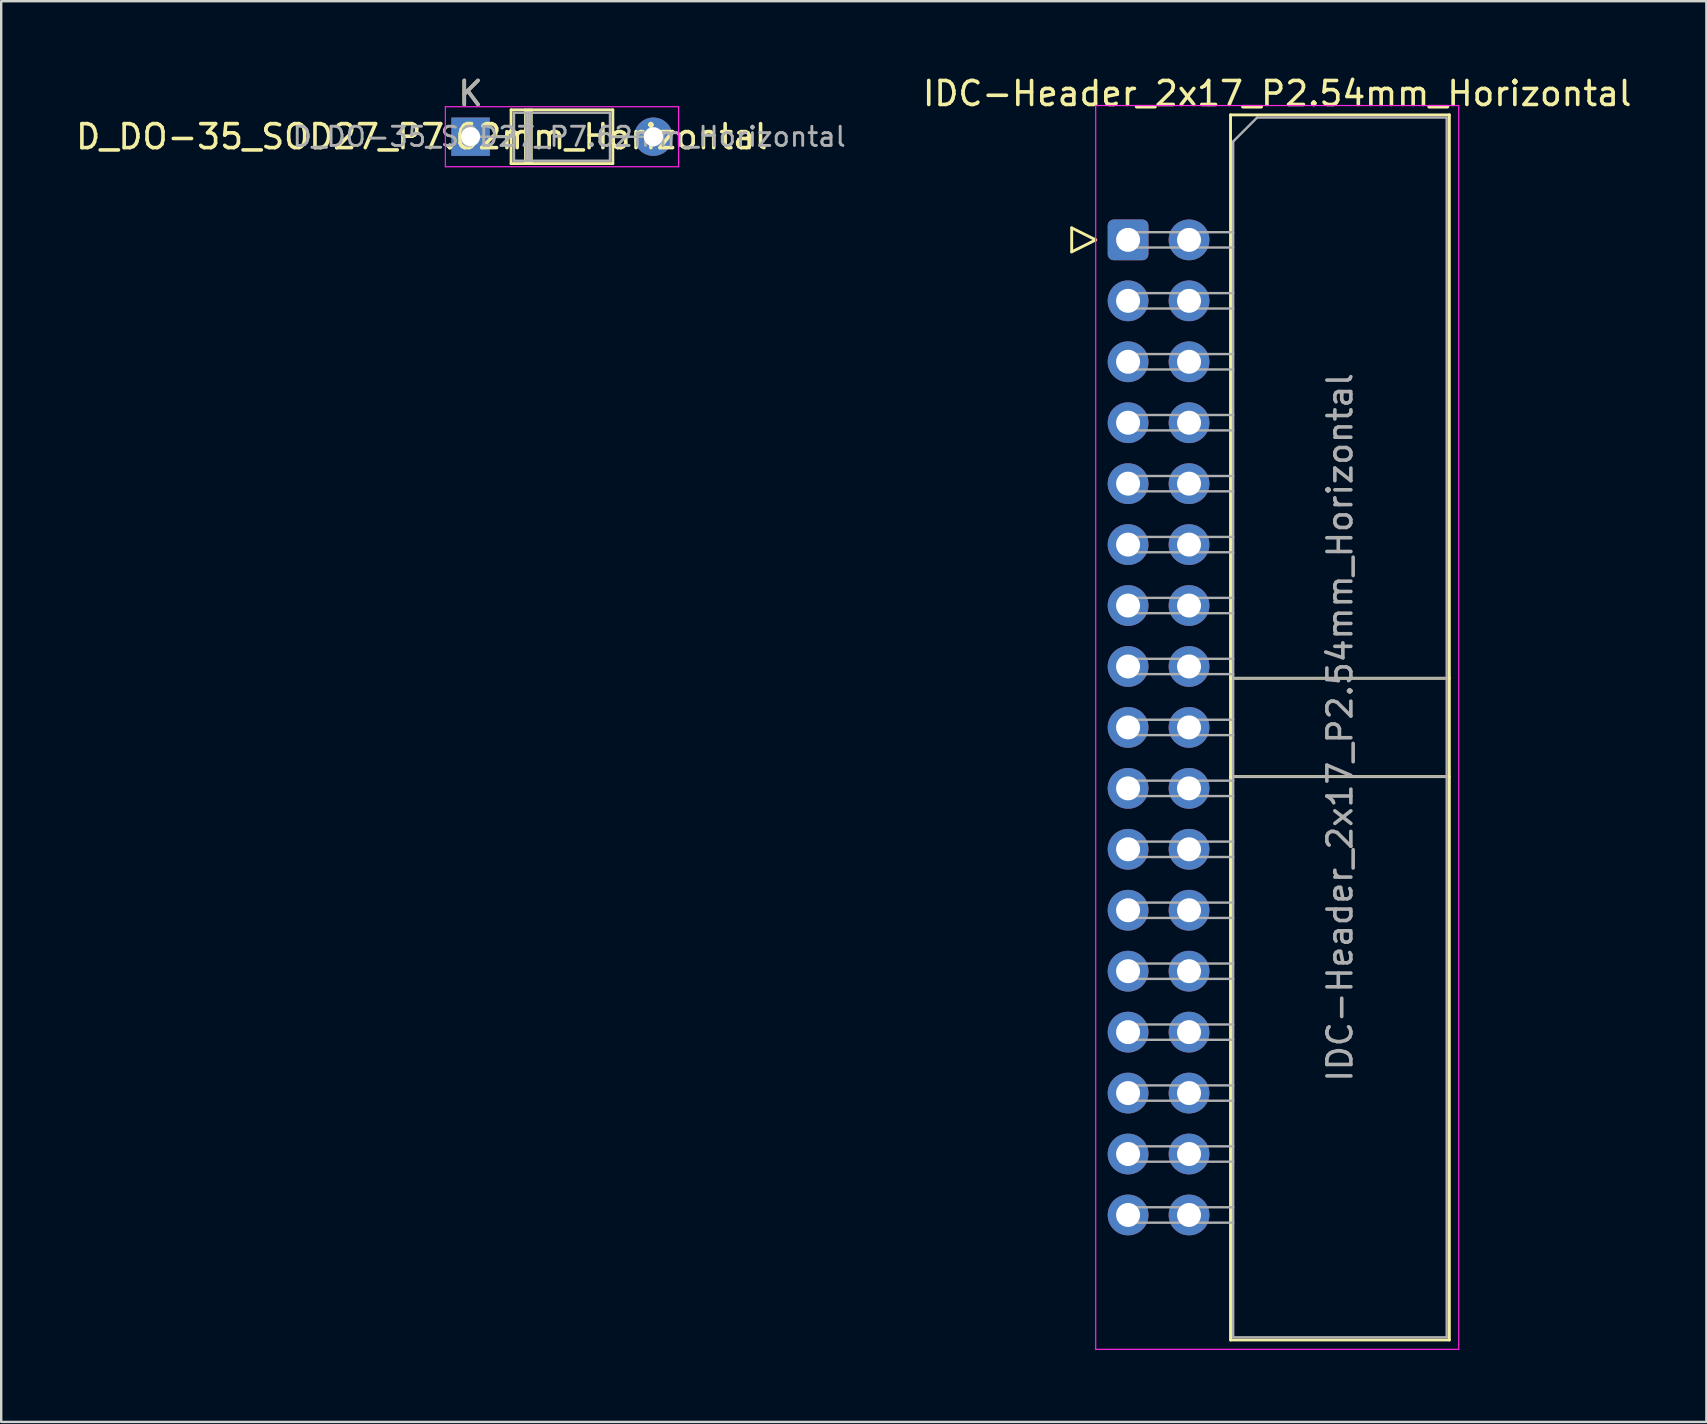
<source format=kicad_pcb>
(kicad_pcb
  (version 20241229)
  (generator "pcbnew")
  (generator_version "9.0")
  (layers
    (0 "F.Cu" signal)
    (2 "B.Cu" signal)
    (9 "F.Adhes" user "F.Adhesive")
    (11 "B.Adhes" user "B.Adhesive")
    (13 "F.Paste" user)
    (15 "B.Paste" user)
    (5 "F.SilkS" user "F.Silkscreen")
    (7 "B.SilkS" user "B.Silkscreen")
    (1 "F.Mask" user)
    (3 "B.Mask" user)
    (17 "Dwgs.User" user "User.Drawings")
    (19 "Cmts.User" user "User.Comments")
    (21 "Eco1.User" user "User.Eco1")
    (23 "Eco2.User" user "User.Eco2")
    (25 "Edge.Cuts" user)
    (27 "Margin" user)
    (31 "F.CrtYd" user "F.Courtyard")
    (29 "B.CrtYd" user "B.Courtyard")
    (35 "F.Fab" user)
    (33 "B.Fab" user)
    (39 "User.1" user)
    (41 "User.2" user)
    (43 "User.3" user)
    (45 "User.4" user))
  (footprint "D_DO-35_SOD27_P7.62mm_Horizontal"
    (layer "F.Cu")
    (at 16.562 2.648)
    (property "Reference" "D_DO-35_SOD27_P7.62mm_Horizontal" (at -2.032 0 0) (layer "F.SilkS") (effects (font (size 1 1) (thickness 0.15))))
    (attr through_hole)
    (fp_line (start 1.04 0) (end 1.69 0) (stroke (width 0.12) (type solid)) (layer "F.SilkS"))
    (fp_line (start 1.69 -1.12) (end 1.69 1.12) (stroke (width 0.12) (type solid)) (layer "F.SilkS"))
    (fp_line (start 1.69 1.12) (end 5.93 1.12) (stroke (width 0.12) (type solid)) (layer "F.SilkS"))
    (fp_line (start 2.29 -1.12) (end 2.29 1.12) (stroke (width 0.12) (type solid)) (layer "F.SilkS"))
    (fp_line (start 2.41 -1.12) (end 2.41 1.12) (stroke (width 0.12) (type solid)) (layer "F.SilkS"))
    (fp_line (start 2.53 -1.12) (end 2.53 1.12) (stroke (width 0.12) (type solid)) (layer "F.SilkS"))
    (fp_line (start 5.93 -1.12) (end 1.69 -1.12) (stroke (width 0.12) (type solid)) (layer "F.SilkS"))
    (fp_line (start 5.93 1.12) (end 5.93 -1.12) (stroke (width 0.12) (type solid)) (layer "F.SilkS"))
    (fp_line (start 6.58 0) (end 5.93 0) (stroke (width 0.12) (type solid)) (layer "F.SilkS"))
    (fp_line (start -1.05 -1.25) (end -1.05 1.25) (stroke (width 0.05) (type solid)) (layer "F.CrtYd"))
    (fp_line (start -1.05 1.25) (end 8.67 1.25) (stroke (width 0.05) (type solid)) (layer "F.CrtYd"))
    (fp_line (start 8.67 -1.25) (end -1.05 -1.25) (stroke (width 0.05) (type solid)) (layer "F.CrtYd"))
    (fp_line (start 8.67 1.25) (end 8.67 -1.25) (stroke (width 0.05) (type solid)) (layer "F.CrtYd"))
    (fp_line (start 0 0) (end 1.81 0) (stroke (width 0.1) (type solid)) (layer "F.Fab"))
    (fp_line (start 1.81 -1) (end 1.81 1) (stroke (width 0.1) (type solid)) (layer "F.Fab"))
    (fp_line (start 1.81 1) (end 5.81 1) (stroke (width 0.1) (type solid)) (layer "F.Fab"))
    (fp_line (start 2.31 -1) (end 2.31 1) (stroke (width 0.1) (type solid)) (layer "F.Fab"))
    (fp_line (start 2.41 -1) (end 2.41 1) (stroke (width 0.1) (type solid)) (layer "F.Fab"))
    (fp_line (start 2.51 -1) (end 2.51 1) (stroke (width 0.1) (type solid)) (layer "F.Fab"))
    (fp_line (start 5.81 -1) (end 1.81 -1) (stroke (width 0.1) (type solid)) (layer "F.Fab"))
    (fp_line (start 5.81 1) (end 5.81 -1) (stroke (width 0.1) (type solid)) (layer "F.Fab"))
    (fp_line (start 7.62 0) (end 5.81 0) (stroke (width 0.1) (type solid)) (layer "F.Fab"))
    (fp_text user "K" (at 0 -1.8 0) (layer "F.SilkS") (effects (font (size 1 1) (thickness 0.15))))
    (fp_text user "K" (at 0 -1.8 0) (layer "F.Fab") (effects (font (size 1 1) (thickness 0.15))))
    (fp_text user "${REFERENCE}" (at 4.11 0 0) (layer "F.Fab") (effects (font (size 0.8 0.8) (thickness 0.12))))
    (pad "1" thru_hole rect (at 0 0) (size 1.6 1.6) (drill 0.8) (layers "*.Cu" "*.Mask"))
    (pad "2" thru_hole oval (at 7.62 0) (size 1.6 1.6) (drill 0.8) (layers "*.Cu" "*.Mask")))
  (footprint "IDC-Header_2x17_P2.54mm_Horizontal"
    (layer "F.Cu")
    (at 43.967 6.948)
    (property "Reference" "IDC-Header_2x17_P2.54mm_Horizontal" (at 6.215 -6.1 180) (layer "F.SilkS") (effects (font (size 1 1) (thickness 0.15))))
    (attr through_hole)
    (fp_line (start -2.35 -0.5) (end -2.35 0.5) (stroke (width 0.12) (type solid)) (layer "F.SilkS"))
    (fp_line (start -2.35 0.5) (end -1.35 0) (stroke (width 0.12) (type solid)) (layer "F.SilkS"))
    (fp_line (start -1.35 0) (end -2.35 -0.5) (stroke (width 0.12) (type solid)) (layer "F.SilkS"))
    (fp_line (start 4.27 -5.21) (end 13.39 -5.21) (stroke (width 0.12) (type solid)) (layer "F.SilkS"))
    (fp_line (start 4.27 18.27) (end 13.39 18.27) (stroke (width 0.12) (type solid)) (layer "F.SilkS"))
    (fp_line (start 4.27 22.37) (end 13.39 22.37) (stroke (width 0.12) (type solid)) (layer "F.SilkS"))
    (fp_line (start 4.27 45.85) (end 4.27 -5.21) (stroke (width 0.12) (type solid)) (layer "F.SilkS"))
    (fp_line (start 13.39 -5.21) (end 13.39 45.85) (stroke (width 0.12) (type solid)) (layer "F.SilkS"))
    (fp_line (start 13.39 45.85) (end 4.27 45.85) (stroke (width 0.12) (type solid)) (layer "F.SilkS"))
    (fp_line (start -1.35 -5.6) (end -1.35 46.24) (stroke (width 0.05) (type solid)) (layer "F.CrtYd"))
    (fp_line (start -1.35 46.24) (end 13.78 46.24) (stroke (width 0.05) (type solid)) (layer "F.CrtYd"))
    (fp_line (start 13.78 -5.6) (end -1.35 -5.6) (stroke (width 0.05) (type solid)) (layer "F.CrtYd"))
    (fp_line (start 13.78 46.24) (end 13.78 -5.6) (stroke (width 0.05) (type solid)) (layer "F.CrtYd"))
    (fp_line (start -0.32 -0.32) (end -0.32 0.32) (stroke (width 0.1) (type solid)) (layer "F.Fab"))
    (fp_line (start -0.32 0.32) (end 4.38 0.32) (stroke (width 0.1) (type solid)) (layer "F.Fab"))
    (fp_line (start -0.32 2.22) (end -0.32 2.86) (stroke (width 0.1) (type solid)) (layer "F.Fab"))
    (fp_line (start -0.32 2.86) (end 4.38 2.86) (stroke (width 0.1) (type solid)) (layer "F.Fab"))
    (fp_line (start -0.32 4.76) (end -0.32 5.4) (stroke (width 0.1) (type solid)) (layer "F.Fab"))
    (fp_line (start -0.32 5.4) (end 4.38 5.4) (stroke (width 0.1) (type solid)) (layer "F.Fab"))
    (fp_line (start -0.32 7.3) (end -0.32 7.94) (stroke (width 0.1) (type solid)) (layer "F.Fab"))
    (fp_line (start -0.32 7.94) (end 4.38 7.94) (stroke (width 0.1) (type solid)) (layer "F.Fab"))
    (fp_line (start -0.32 9.84) (end -0.32 10.48) (stroke (width 0.1) (type solid)) (layer "F.Fab"))
    (fp_line (start -0.32 10.48) (end 4.38 10.48) (stroke (width 0.1) (type solid)) (layer "F.Fab"))
    (fp_line (start -0.32 12.38) (end -0.32 13.02) (stroke (width 0.1) (type solid)) (layer "F.Fab"))
    (fp_line (start -0.32 13.02) (end 4.38 13.02) (stroke (width 0.1) (type solid)) (layer "F.Fab"))
    (fp_line (start -0.32 14.92) (end -0.32 15.56) (stroke (width 0.1) (type solid)) (layer "F.Fab"))
    (fp_line (start -0.32 15.56) (end 4.38 15.56) (stroke (width 0.1) (type solid)) (layer "F.Fab"))
    (fp_line (start -0.32 17.46) (end -0.32 18.1) (stroke (width 0.1) (type solid)) (layer "F.Fab"))
    (fp_line (start -0.32 18.1) (end 4.38 18.1) (stroke (width 0.1) (type solid)) (layer "F.Fab"))
    (fp_line (start -0.32 20) (end -0.32 20.64) (stroke (width 0.1) (type solid)) (layer "F.Fab"))
    (fp_line (start -0.32 20.64) (end 4.38 20.64) (stroke (width 0.1) (type solid)) (layer "F.Fab"))
    (fp_line (start -0.32 22.54) (end -0.32 23.18) (stroke (width 0.1) (type solid)) (layer "F.Fab"))
    (fp_line (start -0.32 23.18) (end 4.38 23.18) (stroke (width 0.1) (type solid)) (layer "F.Fab"))
    (fp_line (start -0.32 25.08) (end -0.32 25.72) (stroke (width 0.1) (type solid)) (layer "F.Fab"))
    (fp_line (start -0.32 25.72) (end 4.38 25.72) (stroke (width 0.1) (type solid)) (layer "F.Fab"))
    (fp_line (start -0.32 27.62) (end -0.32 28.26) (stroke (width 0.1) (type solid)) (layer "F.Fab"))
    (fp_line (start -0.32 28.26) (end 4.38 28.26) (stroke (width 0.1) (type solid)) (layer "F.Fab"))
    (fp_line (start -0.32 30.16) (end -0.32 30.8) (stroke (width 0.1) (type solid)) (layer "F.Fab"))
    (fp_line (start -0.32 30.8) (end 4.38 30.8) (stroke (width 0.1) (type solid)) (layer "F.Fab"))
    (fp_line (start -0.32 32.7) (end -0.32 33.34) (stroke (width 0.1) (type solid)) (layer "F.Fab"))
    (fp_line (start -0.32 33.34) (end 4.38 33.34) (stroke (width 0.1) (type solid)) (layer "F.Fab"))
    (fp_line (start -0.32 35.24) (end -0.32 35.88) (stroke (width 0.1) (type solid)) (layer "F.Fab"))
    (fp_line (start -0.32 35.88) (end 4.38 35.88) (stroke (width 0.1) (type solid)) (layer "F.Fab"))
    (fp_line (start -0.32 37.78) (end -0.32 38.42) (stroke (width 0.1) (type solid)) (layer "F.Fab"))
    (fp_line (start -0.32 38.42) (end 4.38 38.42) (stroke (width 0.1) (type solid)) (layer "F.Fab"))
    (fp_line (start -0.32 40.32) (end -0.32 40.96) (stroke (width 0.1) (type solid)) (layer "F.Fab"))
    (fp_line (start -0.32 40.96) (end 4.38 40.96) (stroke (width 0.1) (type solid)) (layer "F.Fab"))
    (fp_line (start 4.38 -4.1) (end 5.38 -5.1) (stroke (width 0.1) (type solid)) (layer "F.Fab"))
    (fp_line (start 4.38 -0.32) (end -0.32 -0.32) (stroke (width 0.1) (type solid)) (layer "F.Fab"))
    (fp_line (start 4.38 2.22) (end -0.32 2.22) (stroke (width 0.1) (type solid)) (layer "F.Fab"))
    (fp_line (start 4.38 4.76) (end -0.32 4.76) (stroke (width 0.1) (type solid)) (layer "F.Fab"))
    (fp_line (start 4.38 7.3) (end -0.32 7.3) (stroke (width 0.1) (type solid)) (layer "F.Fab"))
    (fp_line (start 4.38 9.84) (end -0.32 9.84) (stroke (width 0.1) (type solid)) (layer "F.Fab"))
    (fp_line (start 4.38 12.38) (end -0.32 12.38) (stroke (width 0.1) (type solid)) (layer "F.Fab"))
    (fp_line (start 4.38 14.92) (end -0.32 14.92) (stroke (width 0.1) (type solid)) (layer "F.Fab"))
    (fp_line (start 4.38 17.46) (end -0.32 17.46) (stroke (width 0.1) (type solid)) (layer "F.Fab"))
    (fp_line (start 4.38 18.27) (end 13.28 18.27) (stroke (width 0.1) (type solid)) (layer "F.Fab"))
    (fp_line (start 4.38 20) (end -0.32 20) (stroke (width 0.1) (type solid)) (layer "F.Fab"))
    (fp_line (start 4.38 22.37) (end 13.28 22.37) (stroke (width 0.1) (type solid)) (layer "F.Fab"))
    (fp_line (start 4.38 22.54) (end -0.32 22.54) (stroke (width 0.1) (type solid)) (layer "F.Fab"))
    (fp_line (start 4.38 25.08) (end -0.32 25.08) (stroke (width 0.1) (type solid)) (layer "F.Fab"))
    (fp_line (start 4.38 27.62) (end -0.32 27.62) (stroke (width 0.1) (type solid)) (layer "F.Fab"))
    (fp_line (start 4.38 30.16) (end -0.32 30.16) (stroke (width 0.1) (type solid)) (layer "F.Fab"))
    (fp_line (start 4.38 32.7) (end -0.32 32.7) (stroke (width 0.1) (type solid)) (layer "F.Fab"))
    (fp_line (start 4.38 35.24) (end -0.32 35.24) (stroke (width 0.1) (type solid)) (layer "F.Fab"))
    (fp_line (start 4.38 37.78) (end -0.32 37.78) (stroke (width 0.1) (type solid)) (layer "F.Fab"))
    (fp_line (start 4.38 40.32) (end -0.32 40.32) (stroke (width 0.1) (type solid)) (layer "F.Fab"))
    (fp_line (start 4.38 45.74) (end 4.38 -4.1) (stroke (width 0.1) (type solid)) (layer "F.Fab"))
    (fp_line (start 5.38 -5.1) (end 13.28 -5.1) (stroke (width 0.1) (type solid)) (layer "F.Fab"))
    (fp_line (start 13.28 -5.1) (end 13.28 45.74) (stroke (width 0.1) (type solid)) (layer "F.Fab"))
    (fp_line (start 13.28 45.74) (end 4.38 45.74) (stroke (width 0.1) (type solid)) (layer "F.Fab"))
    (fp_text user "${REFERENCE}" (at 8.83 20.32 90) (layer "F.Fab") (effects (font (size 1 1) (thickness 0.15))))
    (pad "1" thru_hole roundrect (at 0 0) (size 1.7 1.7) (drill 1) (layers "*.Cu" "*.Mask") (roundrect_rratio 0.147))
    (pad "2" thru_hole circle (at 2.54 0) (size 1.7 1.7) (drill 1) (layers "*.Cu" "*.Mask"))
    (pad "3" thru_hole circle (at 0 2.54) (size 1.7 1.7) (drill 1) (layers "*.Cu" "*.Mask"))
    (pad "4" thru_hole circle (at 2.54 2.54) (size 1.7 1.7) (drill 1) (layers "*.Cu" "*.Mask"))
    (pad "5" thru_hole circle (at 0 5.08) (size 1.7 1.7) (drill 1) (layers "*.Cu" "*.Mask"))
    (pad "6" thru_hole circle (at 2.54 5.08) (size 1.7 1.7) (drill 1) (layers "*.Cu" "*.Mask"))
    (pad "7" thru_hole circle (at 0 7.62) (size 1.7 1.7) (drill 1) (layers "*.Cu" "*.Mask"))
    (pad "8" thru_hole circle (at 2.54 7.62) (size 1.7 1.7) (drill 1) (layers "*.Cu" "*.Mask"))
    (pad "9" thru_hole circle (at 0 10.16) (size 1.7 1.7) (drill 1) (layers "*.Cu" "*.Mask"))
    (pad "10" thru_hole circle (at 2.54 10.16) (size 1.7 1.7) (drill 1) (layers "*.Cu" "*.Mask"))
    (pad "11" thru_hole circle (at 0 12.7) (size 1.7 1.7) (drill 1) (layers "*.Cu" "*.Mask"))
    (pad "12" thru_hole circle (at 2.54 12.7) (size 1.7 1.7) (drill 1) (layers "*.Cu" "*.Mask"))
    (pad "13" thru_hole circle (at 0 15.24) (size 1.7 1.7) (drill 1) (layers "*.Cu" "*.Mask"))
    (pad "14" thru_hole circle (at 2.54 15.24) (size 1.7 1.7) (drill 1) (layers "*.Cu" "*.Mask"))
    (pad "15" thru_hole circle (at 0 17.78) (size 1.7 1.7) (drill 1) (layers "*.Cu" "*.Mask"))
    (pad "16" thru_hole circle (at 2.54 17.78) (size 1.7 1.7) (drill 1) (layers "*.Cu" "*.Mask"))
    (pad "17" thru_hole circle (at 0 20.32) (size 1.7 1.7) (drill 1) (layers "*.Cu" "*.Mask"))
    (pad "18" thru_hole circle (at 2.54 20.32) (size 1.7 1.7) (drill 1) (layers "*.Cu" "*.Mask"))
    (pad "19" thru_hole circle (at 0 22.86) (size 1.7 1.7) (drill 1) (layers "*.Cu" "*.Mask"))
    (pad "20" thru_hole circle (at 2.54 22.86) (size 1.7 1.7) (drill 1) (layers "*.Cu" "*.Mask"))
    (pad "21" thru_hole circle (at 0 25.4) (size 1.7 1.7) (drill 1) (layers "*.Cu" "*.Mask"))
    (pad "22" thru_hole circle (at 2.54 25.4) (size 1.7 1.7) (drill 1) (layers "*.Cu" "*.Mask"))
    (pad "23" thru_hole circle (at 0 27.94) (size 1.7 1.7) (drill 1) (layers "*.Cu" "*.Mask"))
    (pad "24" thru_hole circle (at 2.54 27.94) (size 1.7 1.7) (drill 1) (layers "*.Cu" "*.Mask"))
    (pad "25" thru_hole circle (at 0 30.48) (size 1.7 1.7) (drill 1) (layers "*.Cu" "*.Mask"))
    (pad "26" thru_hole circle (at 2.54 30.48) (size 1.7 1.7) (drill 1) (layers "*.Cu" "*.Mask"))
    (pad "27" thru_hole circle (at 0 33.02) (size 1.7 1.7) (drill 1) (layers "*.Cu" "*.Mask"))
    (pad "28" thru_hole circle (at 2.54 33.02) (size 1.7 1.7) (drill 1) (layers "*.Cu" "*.Mask"))
    (pad "29" thru_hole circle (at 0 35.56) (size 1.7 1.7) (drill 1) (layers "*.Cu" "*.Mask"))
    (pad "30" thru_hole circle (at 2.54 35.56) (size 1.7 1.7) (drill 1) (layers "*.Cu" "*.Mask"))
    (pad "31" thru_hole circle (at 0 38.1) (size 1.7 1.7) (drill 1) (layers "*.Cu" "*.Mask"))
    (pad "32" thru_hole circle (at 2.54 38.1) (size 1.7 1.7) (drill 1) (layers "*.Cu" "*.Mask"))
    (pad "33" thru_hole circle (at 0 40.64) (size 1.7 1.7) (drill 1) (layers "*.Cu" "*.Mask"))
    (pad "34" thru_hole circle (at 2.54 40.64) (size 1.7 1.7) (drill 1) (layers "*.Cu" "*.Mask")))
  (gr_rect
    (start -3 -3)
    (end 68.069 56.213)
    (stroke (width 0.1) (type default))
    (fill no)
    (layer "Edge.Cuts")))
</source>
